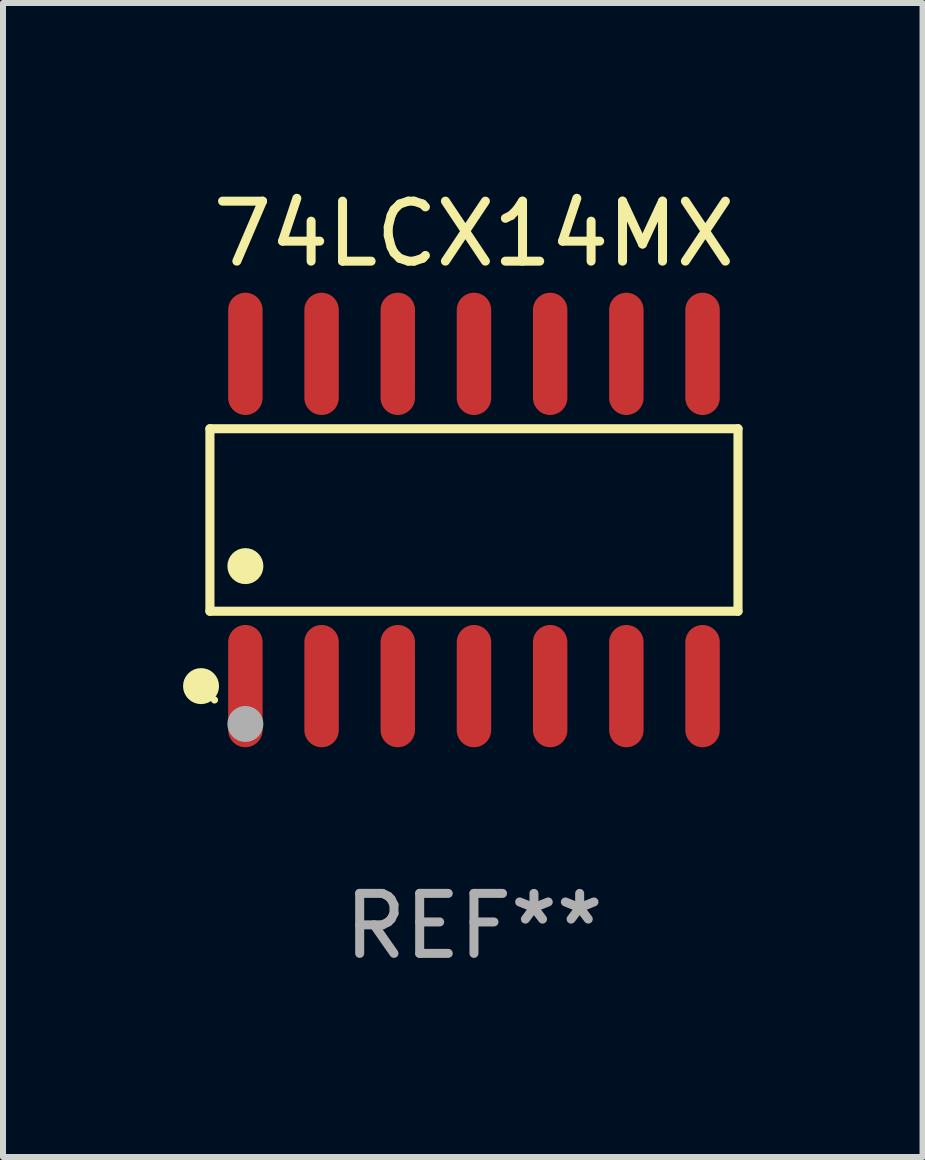
<source format=kicad_pcb>
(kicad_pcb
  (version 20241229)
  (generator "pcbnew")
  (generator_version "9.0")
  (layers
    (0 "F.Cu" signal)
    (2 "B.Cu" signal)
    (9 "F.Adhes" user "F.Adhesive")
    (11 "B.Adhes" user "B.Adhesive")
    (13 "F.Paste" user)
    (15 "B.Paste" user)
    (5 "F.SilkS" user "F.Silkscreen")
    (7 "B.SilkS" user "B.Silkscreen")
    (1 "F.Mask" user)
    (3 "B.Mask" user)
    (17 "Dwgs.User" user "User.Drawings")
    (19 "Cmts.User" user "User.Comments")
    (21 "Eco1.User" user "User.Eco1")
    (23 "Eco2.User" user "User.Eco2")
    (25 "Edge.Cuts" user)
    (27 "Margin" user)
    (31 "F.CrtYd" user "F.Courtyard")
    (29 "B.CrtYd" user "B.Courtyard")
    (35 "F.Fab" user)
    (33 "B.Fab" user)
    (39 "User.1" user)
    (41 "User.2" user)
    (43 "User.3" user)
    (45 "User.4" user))
  (footprint "74LCX14MX"
    (layer "F.Cu")
    (at 4.85 5.617)
    (property "Reference" "74LCX14MX" (at 0 -4.769 0) (layer "F.SilkS") (effects (font (size 1 1) (thickness 0.15))))
    (attr through_hole)
    (fp_line (start -4.401 -1.521) (end 4.401 -1.521) (stroke (width 0.152) (type solid)) (layer "F.SilkS"))
    (fp_line (start -4.401 1.521) (end -4.401 -1.521) (stroke (width 0.152) (type solid)) (layer "F.SilkS"))
    (fp_line (start 4.401 -1.521) (end 4.401 1.521) (stroke (width 0.152) (type solid)) (layer "F.SilkS"))
    (fp_line (start 4.401 1.521) (end -4.401 1.521) (stroke (width 0.152) (type solid)) (layer "F.SilkS"))
    (fp_circle (center -4.549 2.769) (end -4.399 2.769) (stroke (width 0.3) (type solid)) (fill no) (layer "F.SilkS"))
    (fp_circle (center -4.325 3) (end -4.295 3) (stroke (width 0.06) (type solid)) (fill no) (layer "F.SilkS"))
    (fp_circle (center -3.81 0.769) (end -3.66 0.769) (stroke (width 0.3) (type solid)) (fill no) (layer "F.SilkS"))
    (fp_circle (center -3.81 3.4) (end -3.66 3.4) (stroke (width 0.3) (type solid)) (fill no) (layer "F.Fab"))
    (fp_text user "REF**" (at 0 6.769 0) (layer "F.Fab") (effects (font (size 1 1) (thickness 0.15))))
    (pad "1" smd oval (at -3.81 2.769) (size 0.574 2.038) (layers "F.Cu" "F.Mask" "F.Paste"))
    (pad "2" smd oval (at -2.54 2.769) (size 0.574 2.038) (layers "F.Cu" "F.Mask" "F.Paste"))
    (pad "3" smd oval (at -1.27 2.769) (size 0.574 2.038) (layers "F.Cu" "F.Mask" "F.Paste"))
    (pad "4" smd oval (at 0 2.769) (size 0.574 2.038) (layers "F.Cu" "F.Mask" "F.Paste"))
    (pad "5" smd oval (at 1.27 2.769) (size 0.574 2.038) (layers "F.Cu" "F.Mask" "F.Paste"))
    (pad "6" smd oval (at 2.54 2.769) (size 0.574 2.038) (layers "F.Cu" "F.Mask" "F.Paste"))
    (pad "7" smd oval (at 3.81 2.769) (size 0.574 2.038) (layers "F.Cu" "F.Mask" "F.Paste"))
    (pad "8" smd oval (at 3.81 -2.769) (size 0.574 2.038) (layers "F.Cu" "F.Mask" "F.Paste"))
    (pad "9" smd oval (at 2.54 -2.769) (size 0.574 2.038) (layers "F.Cu" "F.Mask" "F.Paste"))
    (pad "10" smd oval (at 1.27 -2.769) (size 0.574 2.038) (layers "F.Cu" "F.Mask" "F.Paste"))
    (pad "11" smd oval (at 0 -2.769) (size 0.574 2.038) (layers "F.Cu" "F.Mask" "F.Paste"))
    (pad "12" smd oval (at -1.27 -2.769) (size 0.574 2.038) (layers "F.Cu" "F.Mask" "F.Paste"))
    (pad "13" smd oval (at -2.54 -2.769) (size 0.574 2.038) (layers "F.Cu" "F.Mask" "F.Paste"))
    (pad "14" smd oval (at -3.81 -2.769) (size 0.574 2.038) (layers "F.Cu" "F.Mask" "F.Paste")))
  (gr_rect
    (start -3 -3)
    (end 12.327 16.235)
    (stroke (width 0.1) (type default))
    (fill no)
    (layer "Edge.Cuts")))
</source>
